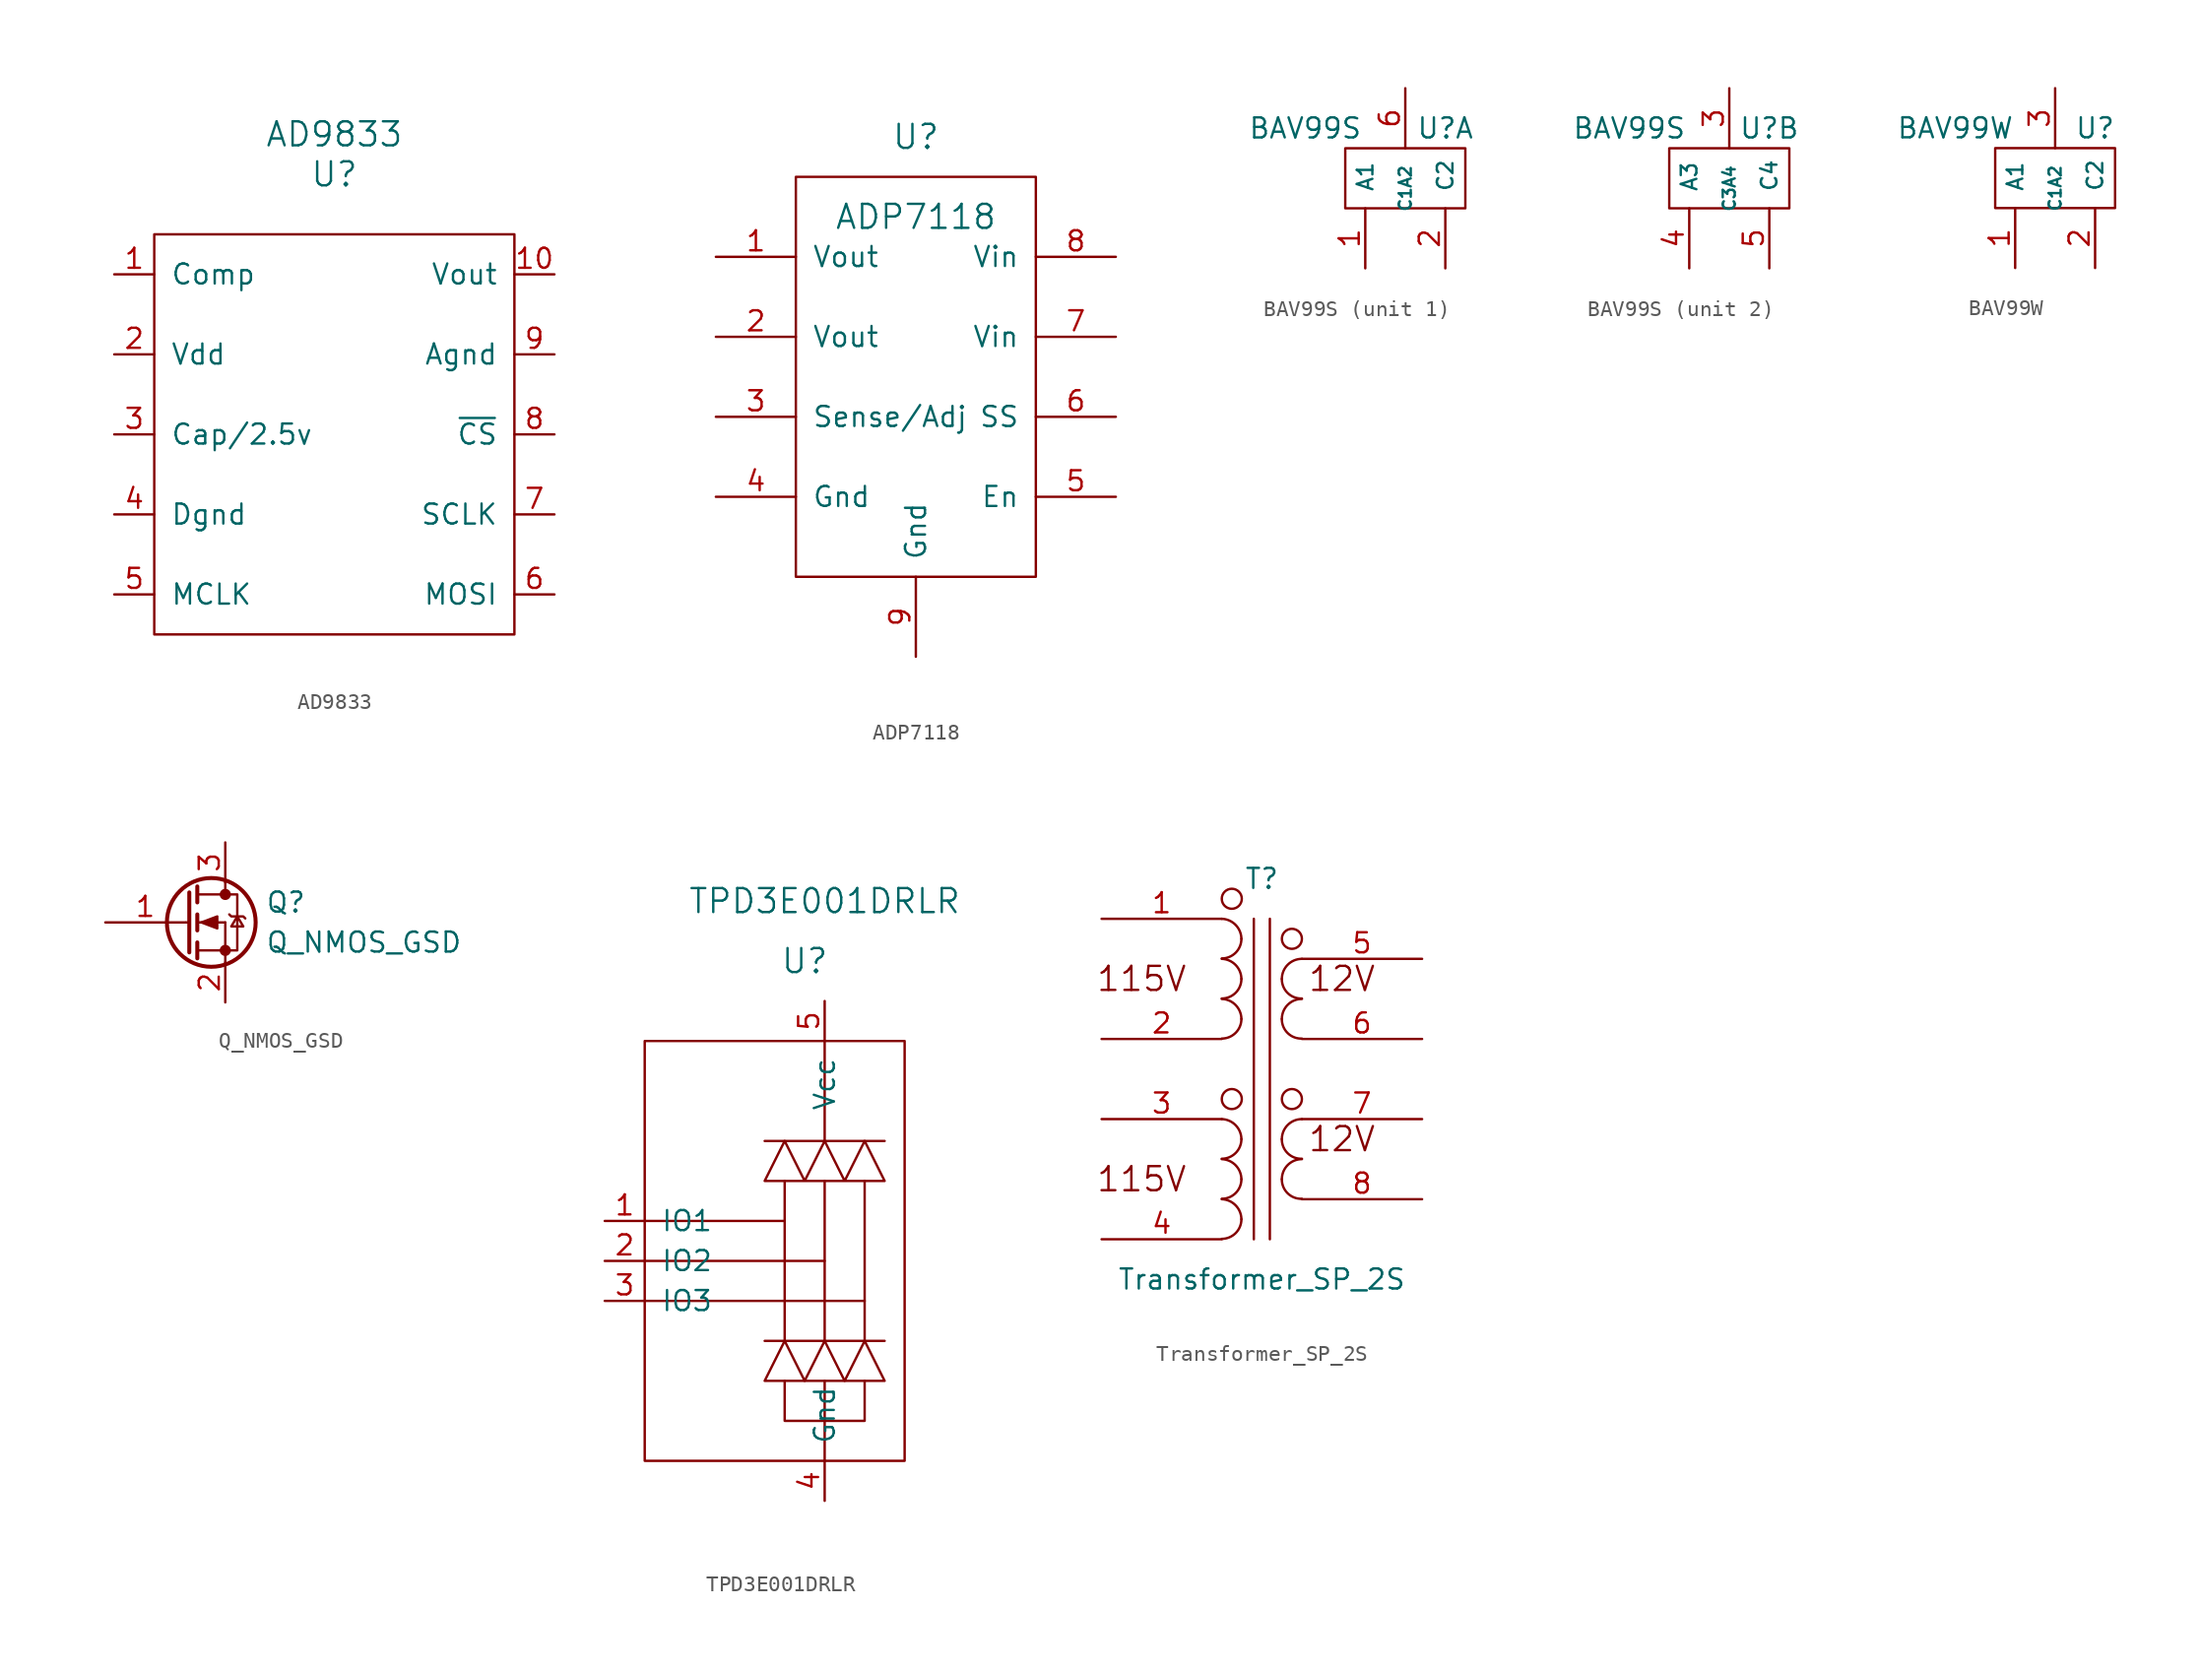
<source format=kicad_sym>
(kicad_symbol_lib
  (version 20211014)
  (generator kicad_symbol_editor)
  (symbol "AD9833"
    (pin_names
      (offset 1.016))
    (property "Reference" "U"
      (at 0 12.7 0)
      (effects (font (size 1.524 1.524))))
    (property "Value" "AD9833"
      (at 0 15.24 0)
      (effects (font (size 1.524 1.524))))
    (symbol "AD9833_0_1"
      (rectangle (start 11.43 8.89) (end -11.43 -16.51) (stroke (width 0) (type default) (color 0 0 0 0)) (fill (type none))))
    (symbol "AD9833_1_1"
      (pin bidirectional line (at -13.97 6.35 0) (length 2.54) (name "Comp" (effects (font (size 1.27 1.27)))) (number "1" (effects (font (size 1.27 1.27)))))
      (pin bidirectional line (at 13.97 6.35 180) (length 2.54) (name "Vout" (effects (font (size 1.27 1.27)))) (number "10" (effects (font (size 1.27 1.27)))))
      (pin bidirectional line (at -13.97 1.27 0) (length 2.54) (name "Vdd" (effects (font (size 1.27 1.27)))) (number "2" (effects (font (size 1.27 1.27)))))
      (pin bidirectional line (at -13.97 -3.81 0) (length 2.54) (name "Cap/2.5v" (effects (font (size 1.27 1.27)))) (number "3" (effects (font (size 1.27 1.27)))))
      (pin bidirectional line (at -13.97 -8.89 0) (length 2.54) (name "Dgnd" (effects (font (size 1.27 1.27)))) (number "4" (effects (font (size 1.27 1.27)))))
      (pin bidirectional line (at -13.97 -13.97 0) (length 2.54) (name "MCLK" (effects (font (size 1.27 1.27)))) (number "5" (effects (font (size 1.27 1.27)))))
      (pin bidirectional line (at 13.97 -13.97 180) (length 2.54) (name "MOSI" (effects (font (size 1.27 1.27)))) (number "6" (effects (font (size 1.27 1.27)))))
      (pin bidirectional line (at 13.97 -8.89 180) (length 2.54) (name "SCLK" (effects (font (size 1.27 1.27)))) (number "7" (effects (font (size 1.27 1.27)))))
      (pin bidirectional line (at 13.97 -3.81 180) (length 2.54) (name "~{CS}" (effects (font (size 1.27 1.27)))) (number "8" (effects (font (size 1.27 1.27)))))
      (pin bidirectional line (at 13.97 1.27 180) (length 2.54) (name "Agnd" (effects (font (size 1.27 1.27)))) (number "9" (effects (font (size 1.27 1.27)))))))
  (symbol "ADP7118"
    (pin_names
      (offset 1.016))
    (property "Reference" "U"
      (at 0 15.24 0)
      (effects (font (size 1.524 1.524))))
    (property "Value" "ADP7118"
      (at 0 10.16 0)
      (effects (font (size 1.524 1.524))))
    (symbol "ADP7118_0_1"
      (rectangle (start -7.62 12.7) (end 7.62 -12.7) (stroke (width 0) (type default) (color 0 0 0 0)) (fill (type none))))
    (symbol "ADP7118_1_1"
      (pin input line (at -12.7 7.62 0) (length 5.08) (name "Vout" (effects (font (size 1.27 1.27)))) (number "1" (effects (font (size 1.27 1.27)))))
      (pin input line (at -12.7 2.54 0) (length 5.08) (name "Vout" (effects (font (size 1.27 1.27)))) (number "2" (effects (font (size 1.27 1.27)))))
      (pin input line (at -12.7 -2.54 0) (length 5.08) (name "Sense/Adj" (effects (font (size 1.27 1.27)))) (number "3" (effects (font (size 1.27 1.27)))))
      (pin input line (at -12.7 -7.62 0) (length 5.08) (name "Gnd" (effects (font (size 1.27 1.27)))) (number "4" (effects (font (size 1.27 1.27)))))
      (pin input line (at 12.7 -7.62 180) (length 5.08) (name "En" (effects (font (size 1.27 1.27)))) (number "5" (effects (font (size 1.27 1.27)))))
      (pin input line (at 12.7 -2.54 180) (length 5.08) (name "SS" (effects (font (size 1.27 1.27)))) (number "6" (effects (font (size 1.27 1.27)))))
      (pin input line (at 12.7 2.54 180) (length 5.08) (name "Vin" (effects (font (size 1.27 1.27)))) (number "7" (effects (font (size 1.27 1.27)))))
      (pin input line (at 12.7 7.62 180) (length 5.08) (name "Vin" (effects (font (size 1.27 1.27)))) (number "8" (effects (font (size 1.27 1.27)))))
      (pin input line (at 0 -17.78 90) (length 5.08) (name "Gnd" (effects (font (size 1.27 1.27)))) (number "9" (effects (font (size 1.27 1.27)))))))
  (symbol "BAV99S"
    (pin_names
      (offset 1.016))
    (property "Reference" "U"
      (at 2.54 3.81 0)
      (effects (font (size 1.27 1.27))))
    (property "Value" "BAV99S"
      (at -6.35 3.81 0)
      (effects (font (size 1.27 1.27))))
    (symbol "BAV99S_0_1"
      (rectangle (start -3.81 2.54) (end 3.81 -1.27) (stroke (width 0) (type default) (color 0 0 0 0)) (fill (type none))))
    (symbol "BAV99S_1_1"
      (pin input line (at -2.54 -5.08 90) (length 3.81) (name "A1" (effects (font (size 0.991 0.991)))) (number "1" (effects (font (size 1.27 1.27)))))
      (pin output line (at 2.54 -5.08 90) (length 3.81) (name "C2" (effects (font (size 0.991 0.991)))) (number "2" (effects (font (size 1.27 1.27)))))
      (pin bidirectional line (at 0 6.35 270) (length 3.81) (name "C1A2" (effects (font (size 0.762 0.762)))) (number "6" (effects (font (size 1.27 1.27))))))
    (symbol "BAV99S_2_1"
      (pin bidirectional line (at 0 6.35 270) (length 3.81) (name "C3A4" (effects (font (size 0.762 0.762)))) (number "3" (effects (font (size 1.27 1.27)))))
      (pin input line (at -2.54 -5.08 90) (length 3.81) (name "A3" (effects (font (size 0.991 0.991)))) (number "4" (effects (font (size 1.27 1.27)))))
      (pin output line (at 2.54 -5.08 90) (length 3.81) (name "C4" (effects (font (size 0.991 0.991)))) (number "5" (effects (font (size 1.27 1.27)))))))
  (symbol "BAV99W"
    (pin_names
      (offset 1.016))
    (property "Reference" "U"
      (at 2.54 3.81 0)
      (effects (font (size 1.27 1.27))))
    (property "Value" "BAV99W"
      (at -6.35 3.81 0)
      (effects (font (size 1.27 1.27))))
    (symbol "BAV99W_0_1"
      (rectangle (start -3.81 2.54) (end 3.81 -1.27) (stroke (width 0) (type default) (color 0 0 0 0)) (fill (type none))))
    (symbol "BAV99W_1_1"
      (pin input line (at -2.54 -5.08 90) (length 3.81) (name "A1" (effects (font (size 0.991 0.991)))) (number "1" (effects (font (size 1.27 1.27)))))
      (pin output line (at 2.54 -5.08 90) (length 3.81) (name "C2" (effects (font (size 0.991 0.991)))) (number "2" (effects (font (size 1.27 1.27)))))
      (pin bidirectional line (at 0 6.35 270) (length 3.81) (name "C1A2" (effects (font (size 0.762 0.762)))) (number "3" (effects (font (size 1.27 1.27)))))))
  (symbol "Q_NMOS_GSD"
    (pin_names
      (offset 0) hide)
    (property "Reference" "Q"
      (at 5.08 1.27 0)
      (effects (font (size 1.27 1.27)) (justify left)))
    (property "Value" "Q_NMOS_GSD"
      (at 5.08 -1.27 0)
      (effects (font (size 1.27 1.27)) (justify left)))
    (symbol "Q_NMOS_GSD_0_1"
      (polyline (pts (xy 0.051 0) (xy 0.254 0)) (stroke (width 0) (type default) (color 0 0 0 0)) (fill (type none)))
      (polyline (pts (xy 0.762 -1.778) (xy 2.54 -1.778)) (stroke (width 0) (type default) (color 0 0 0 0)) (fill (type none)))
      (polyline (pts (xy 0.762 -1.27) (xy 0.762 -2.286)) (stroke (width 0.254) (type default) (color 0 0 0 0)) (fill (type none)))
      (polyline (pts (xy 0.762 0) (xy 2.54 0)) (stroke (width 0) (type default) (color 0 0 0 0)) (fill (type none)))
      (polyline (pts (xy 0.762 0.508) (xy 0.762 -0.508)) (stroke (width 0.254) (type default) (color 0 0 0 0)) (fill (type none)))
      (polyline (pts (xy 0.762 1.778) (xy 2.54 1.778)) (stroke (width 0) (type default) (color 0 0 0 0)) (fill (type none)))
      (polyline (pts (xy 0.762 2.286) (xy 0.762 1.27)) (stroke (width 0.254) (type default) (color 0 0 0 0)) (fill (type none)))
      (polyline (pts (xy 2.54 -1.778) (xy 2.54 -2.54)) (stroke (width 0) (type default) (color 0 0 0 0)) (fill (type none)))
      (polyline (pts (xy 2.54 -1.778) (xy 2.54 0)) (stroke (width 0) (type default) (color 0 0 0 0)) (fill (type none)))
      (polyline (pts (xy 2.54 2.54) (xy 2.54 1.778)) (stroke (width 0) (type default) (color 0 0 0 0)) (fill (type none)))
      (polyline (pts (xy 0.254 1.905) (xy 0.254 -1.905) (xy 0.254 -1.905)) (stroke (width 0.254) (type default) (color 0 0 0 0)) (fill (type none)))
      (polyline (pts (xy 1.016 0) (xy 2.032 0.381) (xy 2.032 -0.381) (xy 1.016 0)) (stroke (width 0) (type default) (color 0 0 0 0)) (fill (type outline)))
      (polyline (pts (xy 2.54 -1.778) (xy 3.302 -1.778) (xy 3.302 1.778) (xy 2.54 1.778)) (stroke (width 0) (type default) (color 0 0 0 0)) (fill (type none)))
      (polyline (pts (xy 2.794 0.508) (xy 2.921 0.381) (xy 3.683 0.381) (xy 3.81 0.254)) (stroke (width 0) (type default) (color 0 0 0 0)) (fill (type none)))
      (polyline (pts (xy 3.302 0.381) (xy 2.921 -0.254) (xy 3.683 -0.254) (xy 3.302 0.381)) (stroke (width 0) (type default) (color 0 0 0 0)) (fill (type none)))
      (circle (center 1.651 0) (radius 2.819) (stroke (width 0.254) (type default) (color 0 0 0 0)) (fill (type none)))
      (circle (center 2.54 -1.778) (radius 0.279) (stroke (width 0) (type default) (color 0 0 0 0)) (fill (type outline)))
      (circle (center 2.54 1.778) (radius 0.279) (stroke (width 0) (type default) (color 0 0 0 0)) (fill (type outline))))
    (symbol "Q_NMOS_GSD_1_1"
      (pin input line (at -5.08 0 0) (length 5.08) (name "G" (effects (font (size 1.27 1.27)))) (number "1" (effects (font (size 1.27 1.27)))))
      (pin passive line (at 2.54 -5.08 90) (length 2.54) (name "S" (effects (font (size 1.27 1.27)))) (number "2" (effects (font (size 1.27 1.27)))))
      (pin passive line (at 2.54 5.08 270) (length 2.54) (name "D" (effects (font (size 1.27 1.27)))) (number "3" (effects (font (size 1.27 1.27)))))))
  (symbol "TPD3E001DRLR"
    (pin_names
      (offset 1.016))
    (property "Reference" "U"
      (at -2.54 19.05 0)
      (effects (font (size 1.524 1.524))))
    (property "Value" "TPD3E001DRLR"
      (at -1.27 22.86 0)
      (effects (font (size 1.524 1.524))))
    (symbol "TPD3E001DRLR_0_1"
      (polyline (pts (xy -12.7 -2.54) (xy 1.27 -2.54)) (stroke (width 0) (type default) (color 0 0 0 0)) (fill (type none)))
      (polyline (pts (xy -12.7 0) (xy -1.27 0)) (stroke (width 0) (type default) (color 0 0 0 0)) (fill (type none)))
      (polyline (pts (xy -12.7 2.54) (xy -3.81 2.54)) (stroke (width 0) (type default) (color 0 0 0 0)) (fill (type none)))
      (polyline (pts (xy -5.08 7.62) (xy 2.54 7.62)) (stroke (width 0) (type default) (color 0 0 0 0)) (fill (type none)))
      (polyline (pts (xy -3.81 5.08) (xy -3.81 -5.08)) (stroke (width 0) (type default) (color 0 0 0 0)) (fill (type none)))
      (polyline (pts (xy -1.27 -12.7) (xy -1.27 -10.16)) (stroke (width 0) (type default) (color 0 0 0 0)) (fill (type none)))
      (polyline (pts (xy -1.27 -10.16) (xy -1.27 -7.62)) (stroke (width 0) (type default) (color 0 0 0 0)) (fill (type none)))
      (polyline (pts (xy -1.27 5.08) (xy -1.27 -5.08)) (stroke (width 0) (type default) (color 0 0 0 0)) (fill (type none)))
      (polyline (pts (xy -1.27 13.97) (xy -1.27 7.62)) (stroke (width 0) (type default) (color 0 0 0 0)) (fill (type none)))
      (polyline (pts (xy 1.27 5.08) (xy 1.27 -5.08)) (stroke (width 0) (type default) (color 0 0 0 0)) (fill (type none)))
      (polyline (pts (xy 2.54 -5.08) (xy -5.08 -5.08)) (stroke (width 0) (type default) (color 0 0 0 0)) (fill (type none)))
      (polyline (pts (xy -1.27 -10.16) (xy -3.81 -10.16) (xy -3.81 -7.62)) (stroke (width 0) (type default) (color 0 0 0 0)) (fill (type none)))
      (polyline (pts (xy 1.27 -7.62) (xy 1.27 -10.16) (xy -1.27 -10.16)) (stroke (width 0) (type default) (color 0 0 0 0)) (fill (type none)))
      (polyline (pts (xy -2.54 -7.62) (xy -5.08 -7.62) (xy -3.81 -5.08) (xy -2.54 -7.62)) (stroke (width 0) (type default) (color 0 0 0 0)) (fill (type none)))
      (polyline (pts (xy 0 -7.62) (xy -2.54 -7.62) (xy -1.27 -5.08) (xy 0 -7.62)) (stroke (width 0) (type default) (color 0 0 0 0)) (fill (type none)))
      (polyline (pts (xy 2.54 -7.62) (xy 0 -7.62) (xy 1.27 -5.08) (xy 2.54 -7.62)) (stroke (width 0) (type default) (color 0 0 0 0)) (fill (type none)))
      (polyline (pts (xy -5.08 5.08) (xy -3.81 7.62) (xy -2.54 5.08) (xy -1.27 7.62) (xy 0 5.08) (xy 1.27 7.62) (xy 2.54 5.08) (xy -5.08 5.08)) (stroke (width 0) (type default) (color 0 0 0 0)) (fill (type none)))
      (rectangle (start 3.81 -12.7) (end -12.7 13.97) (stroke (width 0) (type default) (color 0 0 0 0)) (fill (type none))))
    (symbol "TPD3E001DRLR_1_1"
      (pin bidirectional line (at -15.24 2.54 0) (length 2.54) (name "IO1" (effects (font (size 1.27 1.27)))) (number "1" (effects (font (size 1.27 1.27)))))
      (pin bidirectional line (at -15.24 0 0) (length 2.54) (name "IO2" (effects (font (size 1.27 1.27)))) (number "2" (effects (font (size 1.27 1.27)))))
      (pin bidirectional line (at -15.24 -2.54 0) (length 2.54) (name "IO3" (effects (font (size 1.27 1.27)))) (number "3" (effects (font (size 1.27 1.27)))))
      (pin bidirectional line (at -1.27 -15.24 90) (length 2.54) (name "Gnd" (effects (font (size 1.27 1.27)))) (number "4" (effects (font (size 1.27 1.27)))))
      (pin bidirectional line (at -1.27 16.51 270) (length 2.54) (name "Vcc" (effects (font (size 1.27 1.27)))) (number "5" (effects (font (size 1.27 1.27)))))))
  (symbol "Transformer_SP_2S"
    (pin_names
      (offset 1.016) hide)
    (property "Reference" "T"
      (at 0 12.7 0)
      (effects (font (size 1.27 1.27))))
    (property "Value" "Transformer_SP_2S"
      (at 0 -12.7 0)
      (effects (font (size 1.27 1.27))))
    (symbol "Transformer_SP_2S_0_0"
      (text "115V" (at -7.62 -6.35 0) (effects (font (size 1.524 1.524))))
      (text "115V" (at -7.62 6.35 0) (effects (font (size 1.524 1.524))))
      (text "12V" (at 5.08 -3.81 0) (effects (font (size 1.524 1.524))))
      (text "12V" (at 5.08 6.35 0) (effects (font (size 1.524 1.524)))))
    (symbol "Transformer_SP_2S_0_1"
      (arc (start -2.54 -10.1346) (mid -1.6599 -9.7701) (end -1.2954 -8.89) (stroke (width 0) (type default) (color 0 0 0 0)) (fill (type none)))
      (arc (start -2.54 -7.5946) (mid -1.6599 -7.2301) (end -1.2954 -6.35) (stroke (width 0) (type default) (color 0 0 0 0)) (fill (type none)))
      (arc (start -2.54 -5.0546) (mid -1.6599 -4.6901) (end -1.2954 -3.81) (stroke (width 0) (type default) (color 0 0 0 0)) (fill (type none)))
      (arc (start -2.54 2.5654) (mid -1.6599 2.9299) (end -1.2954 3.81) (stroke (width 0) (type default) (color 0 0 0 0)) (fill (type none)))
      (arc (start -2.54 5.1054) (mid -1.6599 5.4699) (end -1.2954 6.35) (stroke (width 0) (type default) (color 0 0 0 0)) (fill (type none)))
      (arc (start -2.54 7.6454) (mid -1.6599 8.0099) (end -1.2954 8.89) (stroke (width 0) (type default) (color 0 0 0 0)) (fill (type none)))
      (circle (center -1.905 -1.27) (radius 0.635) (stroke (width 0) (type default) (color 0 0 0 0)) (fill (type none)))
      (circle (center -1.905 11.43) (radius 0.635) (stroke (width 0) (type default) (color 0 0 0 0)) (fill (type none)))
      (arc (start -1.2954 -8.89) (mid -1.6637 -8.0061) (end -2.54 -7.62) (stroke (width 0) (type default) (color 0 0 0 0)) (fill (type none)))
      (arc (start -1.2954 -6.35) (mid -1.6637 -5.4661) (end -2.54 -5.08) (stroke (width 0) (type default) (color 0 0 0 0)) (fill (type none)))
      (arc (start -1.2954 -3.81) (mid -1.6637 -2.9261) (end -2.54 -2.54) (stroke (width 0) (type default) (color 0 0 0 0)) (fill (type none)))
      (arc (start -1.2954 3.81) (mid -1.6637 4.6939) (end -2.54 5.08) (stroke (width 0) (type default) (color 0 0 0 0)) (fill (type none)))
      (arc (start -1.2954 6.35) (mid -1.6637 7.2339) (end -2.54 7.62) (stroke (width 0) (type default) (color 0 0 0 0)) (fill (type none)))
      (arc (start -1.2954 8.89) (mid -1.6637 9.7739) (end -2.54 10.16) (stroke (width 0) (type default) (color 0 0 0 0)) (fill (type none)))
      (polyline (pts (xy -0.508 10.16) (xy -0.508 -10.16)) (stroke (width 0) (type default) (color 0 0 0 0)) (fill (type none)))
      (polyline (pts (xy 0.508 -10.16) (xy 0.508 10.16)) (stroke (width 0) (type default) (color 0 0 0 0)) (fill (type none)))
      (arc (start 1.27 -6.35) (mid 1.6383 -7.2444) (end 2.54 -7.5946) (stroke (width 0) (type default) (color 0 0 0 0)) (fill (type none)))
      (arc (start 1.27 -3.81) (mid 1.6383 -4.7044) (end 2.54 -5.0546) (stroke (width 0) (type default) (color 0 0 0 0)) (fill (type none)))
      (arc (start 1.27 3.81) (mid 1.6383 2.9156) (end 2.54 2.5654) (stroke (width 0) (type default) (color 0 0 0 0)) (fill (type none)))
      (arc (start 1.27 6.35) (mid 1.6383 5.4556) (end 2.54 5.1054) (stroke (width 0) (type default) (color 0 0 0 0)) (fill (type none)))
      (circle (center 1.905 -1.27) (radius 0.635) (stroke (width 0) (type default) (color 0 0 0 0)) (fill (type none)))
      (circle (center 1.905 8.89) (radius 0.635) (stroke (width 0) (type default) (color 0 0 0 0)) (fill (type none)))
      (arc (start 2.54 -5.08) (mid 1.642 -5.452) (end 1.27 -6.35) (stroke (width 0) (type default) (color 0 0 0 0)) (fill (type none)))
      (arc (start 2.54 -2.54) (mid 1.642 -2.912) (end 1.27 -3.81) (stroke (width 0) (type default) (color 0 0 0 0)) (fill (type none)))
      (arc (start 2.54 5.08) (mid 1.642 4.708) (end 1.27 3.81) (stroke (width 0) (type default) (color 0 0 0 0)) (fill (type none)))
      (arc (start 2.54 7.62) (mid 1.642 7.248) (end 1.27 6.35) (stroke (width 0) (type default) (color 0 0 0 0)) (fill (type none))))
    (symbol "Transformer_SP_2S_1_1"
      (pin passive line (at -10.16 10.16 0) (length 7.62) (name "1" (effects (font (size 1.27 1.27)))) (number "1" (effects (font (size 1.27 1.27)))))
      (pin passive line (at -10.16 2.54 0) (length 7.62) (name "2" (effects (font (size 1.27 1.27)))) (number "2" (effects (font (size 1.27 1.27)))))
      (pin passive line (at -10.16 -2.54 0) (length 7.62) (name "3" (effects (font (size 1.27 1.27)))) (number "3" (effects (font (size 1.27 1.27)))))
      (pin passive line (at -10.16 -10.16 0) (length 7.62) (name "4" (effects (font (size 1.27 1.27)))) (number "4" (effects (font (size 1.27 1.27)))))
      (pin passive line (at 10.16 7.62 180) (length 7.62) (name "5" (effects (font (size 1.27 1.27)))) (number "5" (effects (font (size 1.27 1.27)))))
      (pin passive line (at 10.16 2.54 180) (length 7.62) (name "6" (effects (font (size 1.27 1.27)))) (number "6" (effects (font (size 1.27 1.27)))))
      (pin passive line (at 10.16 -2.54 180) (length 7.62) (name "7" (effects (font (size 1.27 1.27)))) (number "7" (effects (font (size 1.27 1.27)))))
      (pin passive line (at 10.16 -7.62 180) (length 7.62) (name "8" (effects (font (size 1.27 1.27)))) (number "8" (effects (font (size 1.27 1.27))))))))
</source>
